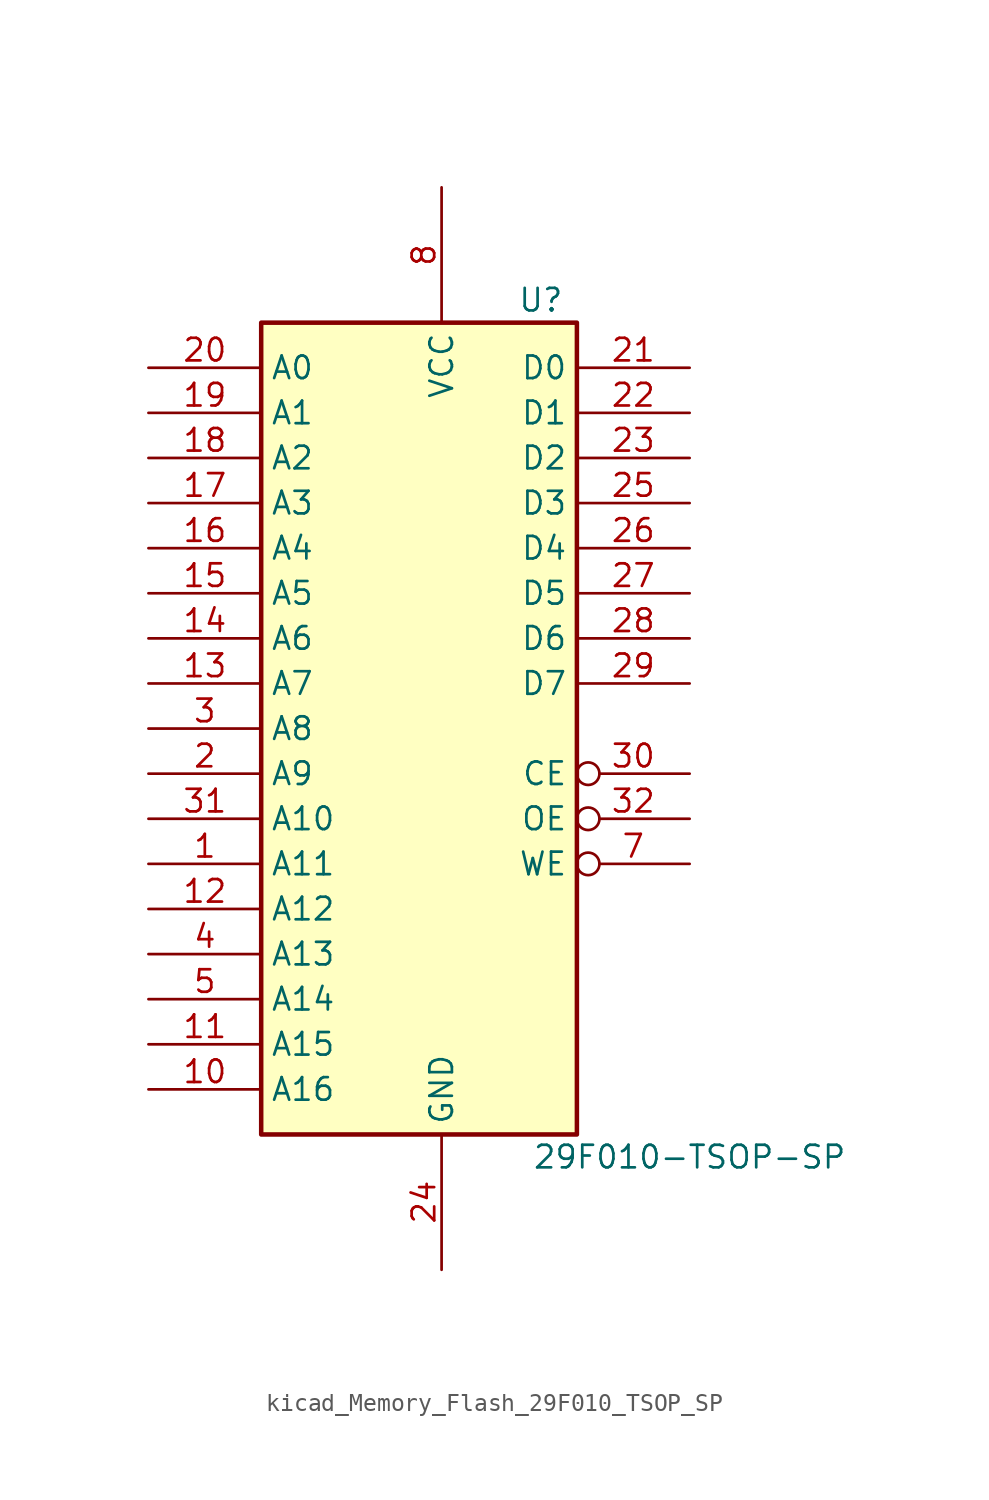
<source format=kicad_sym>
(kicad_symbol_lib
  (version 20220914)
  (generator kicad_symbol_editor)
  (symbol "kicad_Memory_Flash_29F010_TSOP_SP"
    (property "Reference" "U"
      (at 6.858 24.13 0)
      (effects (font (size 1.27 1.27))))
    (property "Value" "29F010-TSOP-SP"
      (at 15.24 -24.13 0)
      (effects (font (size 1.27 1.27))))
    (symbol "kicad_Memory_Flash_29F010_TSOP_SP_0_1"
      (rectangle (start -8.89 -22.86) (end 8.89 22.86) (stroke (width 0.254) (type default)) (fill (type background))))
    (symbol "kicad_Memory_Flash_29F010_TSOP_SP_1_1"
      (pin input line (at -15.24 -7.62 0) (length 6.35) (name "A11" (effects (font (size 1.27 1.27)))) (number "1" (effects (font (size 1.27 1.27)))))
      (pin input line (at -15.24 -20.32 0) (length 6.35) (name "A16" (effects (font (size 1.27 1.27)))) (number "10" (effects (font (size 1.27 1.27)))))
      (pin input line (at -15.24 -17.78 0) (length 6.35) (name "A15" (effects (font (size 1.27 1.27)))) (number "11" (effects (font (size 1.27 1.27)))))
      (pin input line (at -15.24 -10.16 0) (length 6.35) (name "A12" (effects (font (size 1.27 1.27)))) (number "12" (effects (font (size 1.27 1.27)))))
      (pin input line (at -15.24 2.54 0) (length 6.35) (name "A7" (effects (font (size 1.27 1.27)))) (number "13" (effects (font (size 1.27 1.27)))))
      (pin input line (at -15.24 5.08 0) (length 6.35) (name "A6" (effects (font (size 1.27 1.27)))) (number "14" (effects (font (size 1.27 1.27)))))
      (pin input line (at -15.24 7.62 0) (length 6.35) (name "A5" (effects (font (size 1.27 1.27)))) (number "15" (effects (font (size 1.27 1.27)))))
      (pin input line (at -15.24 10.16 0) (length 6.35) (name "A4" (effects (font (size 1.27 1.27)))) (number "16" (effects (font (size 1.27 1.27)))))
      (pin input line (at -15.24 12.7 0) (length 6.35) (name "A3" (effects (font (size 1.27 1.27)))) (number "17" (effects (font (size 1.27 1.27)))))
      (pin input line (at -15.24 15.24 0) (length 6.35) (name "A2" (effects (font (size 1.27 1.27)))) (number "18" (effects (font (size 1.27 1.27)))))
      (pin input line (at -15.24 17.78 0) (length 6.35) (name "A1" (effects (font (size 1.27 1.27)))) (number "19" (effects (font (size 1.27 1.27)))))
      (pin input line (at -15.24 -2.54 0) (length 6.35) (name "A9" (effects (font (size 1.27 1.27)))) (number "2" (effects (font (size 1.27 1.27)))))
      (pin input line (at -15.24 20.32 0) (length 6.35) (name "A0" (effects (font (size 1.27 1.27)))) (number "20" (effects (font (size 1.27 1.27)))))
      (pin tri_state line (at 15.24 20.32 180) (length 6.35) (name "D0" (effects (font (size 1.27 1.27)))) (number "21" (effects (font (size 1.27 1.27)))))
      (pin tri_state line (at 15.24 17.78 180) (length 6.35) (name "D1" (effects (font (size 1.27 1.27)))) (number "22" (effects (font (size 1.27 1.27)))))
      (pin tri_state line (at 15.24 15.24 180) (length 6.35) (name "D2" (effects (font (size 1.27 1.27)))) (number "23" (effects (font (size 1.27 1.27)))))
      (pin input line (at 1.27 -30.48 90) (length 7.62) (name "GND" (effects (font (size 1.27 1.27)))) (number "24" (effects (font (size 1.27 1.27)))))
      (pin tri_state line (at 15.24 12.7 180) (length 6.35) (name "D3" (effects (font (size 1.27 1.27)))) (number "25" (effects (font (size 1.27 1.27)))))
      (pin tri_state line (at 15.24 10.16 180) (length 6.35) (name "D4" (effects (font (size 1.27 1.27)))) (number "26" (effects (font (size 1.27 1.27)))))
      (pin tri_state line (at 15.24 7.62 180) (length 6.35) (name "D5" (effects (font (size 1.27 1.27)))) (number "27" (effects (font (size 1.27 1.27)))))
      (pin tri_state line (at 15.24 5.08 180) (length 6.35) (name "D6" (effects (font (size 1.27 1.27)))) (number "28" (effects (font (size 1.27 1.27)))))
      (pin tri_state line (at 15.24 2.54 180) (length 6.35) (name "D7" (effects (font (size 1.27 1.27)))) (number "29" (effects (font (size 1.27 1.27)))))
      (pin input line (at -15.24 0 0) (length 6.35) (name "A8" (effects (font (size 1.27 1.27)))) (number "3" (effects (font (size 1.27 1.27)))))
      (pin input inverted (at 15.24 -2.54 180) (length 6.35) (name "CE" (effects (font (size 1.27 1.27)))) (number "30" (effects (font (size 1.27 1.27)))))
      (pin input line (at -15.24 -5.08 0) (length 6.35) (name "A10" (effects (font (size 1.27 1.27)))) (number "31" (effects (font (size 1.27 1.27)))))
      (pin input inverted (at 15.24 -5.08 180) (length 6.35) (name "OE" (effects (font (size 1.27 1.27)))) (number "32" (effects (font (size 1.27 1.27)))))
      (pin input line (at -15.24 -12.7 0) (length 6.35) (name "A13" (effects (font (size 1.27 1.27)))) (number "4" (effects (font (size 1.27 1.27)))))
      (pin input line (at -15.24 -15.24 0) (length 6.35) (name "A14" (effects (font (size 1.27 1.27)))) (number "5" (effects (font (size 1.27 1.27)))))
      (pin input inverted (at 15.24 -7.62 180) (length 6.35) (name "WE" (effects (font (size 1.27 1.27)))) (number "7" (effects (font (size 1.27 1.27)))))
      (pin input line (at 1.27 30.48 270) (length 7.62) (name "VCC" (effects (font (size 1.27 1.27)))) (number "8" (effects (font (size 1.27 1.27))))))))
</source>
